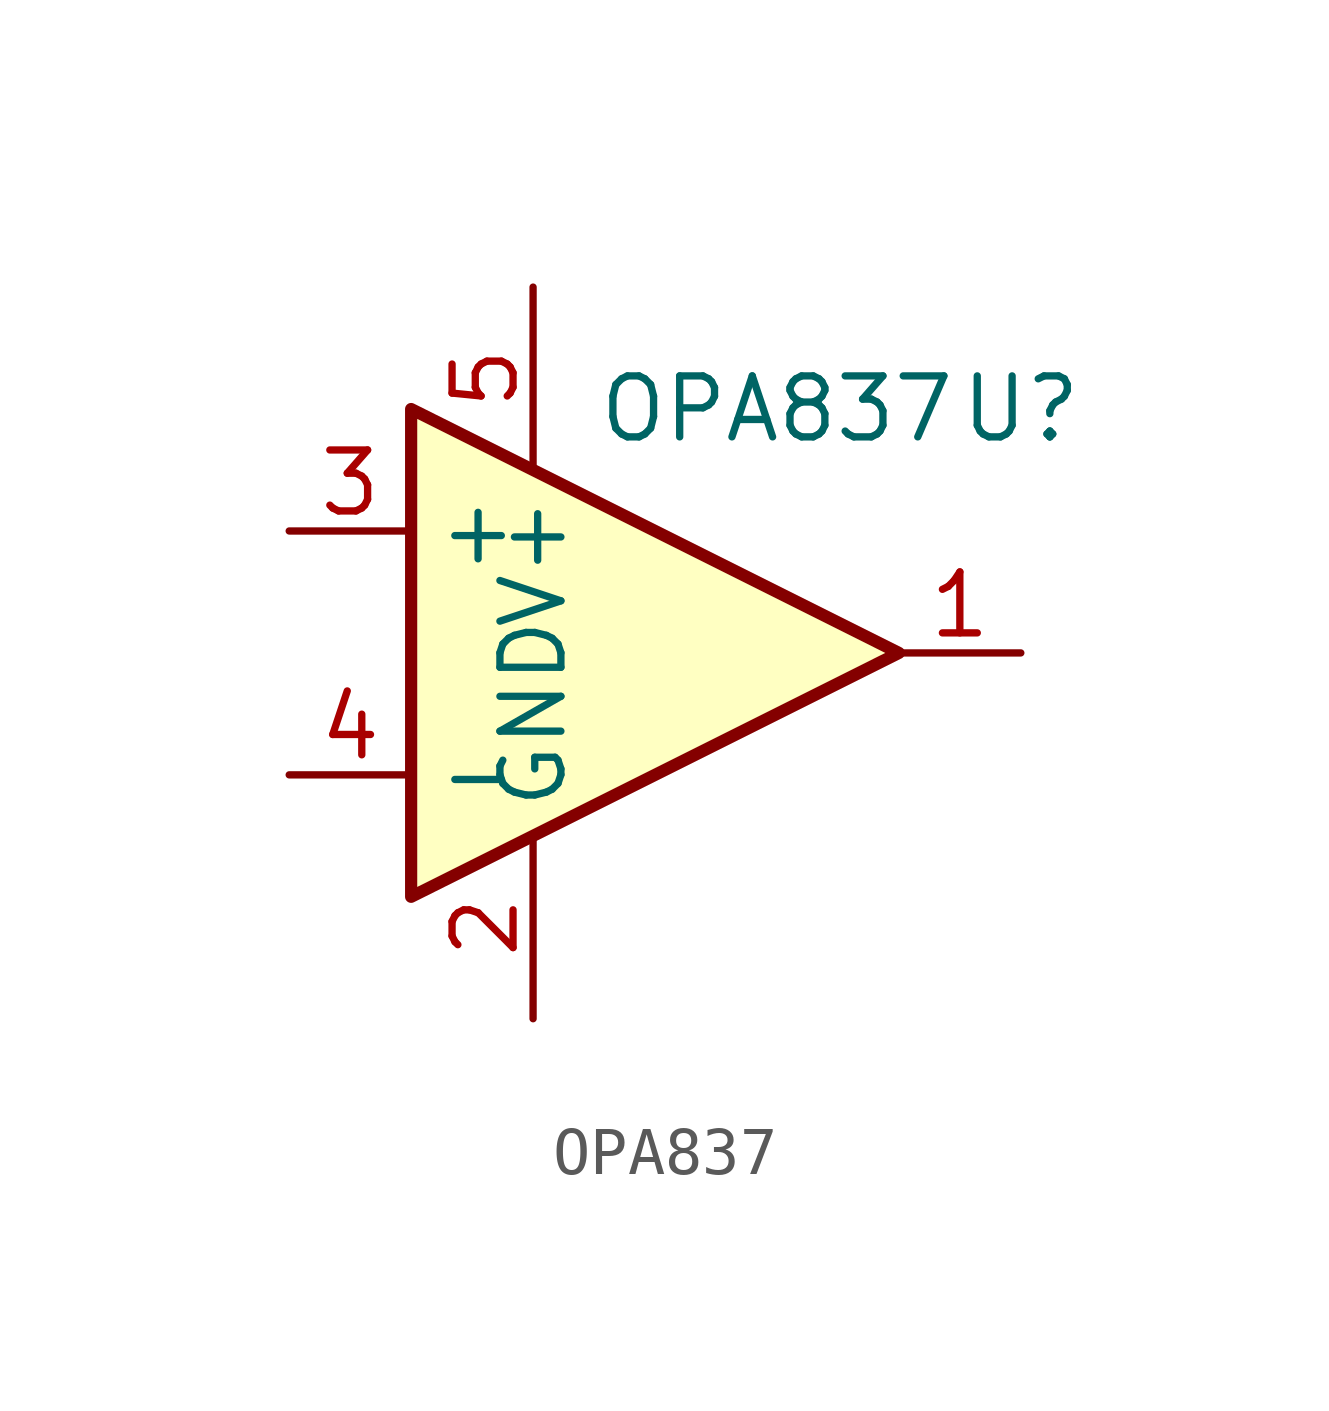
<source format=kicad_sym>
(kicad_symbol_lib
  (version 20211014)
  (generator kicad_symbol_editor)
  (symbol "OPA837"
    (property "Reference" "U"
      (at 7.62 5.08 0)
      (effects (font (size 1.27 1.27))))
    (property "Value" "OPA837"
      (at 2.54 5.08 0)
      (effects (font (size 1.27 1.27))))
    (symbol "OPA837_0_1"
      (polyline (pts (xy 5.08 0) (xy -5.08 5.08) (xy -5.08 -5.08) (xy 5.08 0)) (stroke (width 0.254) (type default) (color 0 0 0 0)) (fill (type background))))
    (symbol "OPA837_1_1"
      (pin output line (at 7.62 0 180) (length 2.54) (name "~" (effects (font (size 1.27 1.27)))) (number "1" (effects (font (size 1.27 1.27)))))
      (pin power_in line (at -2.54 -7.62 90) (length 3.81) (name "GND" (effects (font (size 1.27 1.27)))) (number "2" (effects (font (size 1.27 1.27)))))
      (pin input line (at -7.62 2.54 0) (length 2.54) (name "+" (effects (font (size 1.27 1.27)))) (number "3" (effects (font (size 1.27 1.27)))))
      (pin input line (at -7.62 -2.54 0) (length 2.54) (name "-" (effects (font (size 1.27 1.27)))) (number "4" (effects (font (size 1.27 1.27)))))
      (pin power_in line (at -2.54 7.62 270) (length 3.81) (name "V+" (effects (font (size 1.27 1.27)))) (number "5" (effects (font (size 1.27 1.27))))))))
</source>
